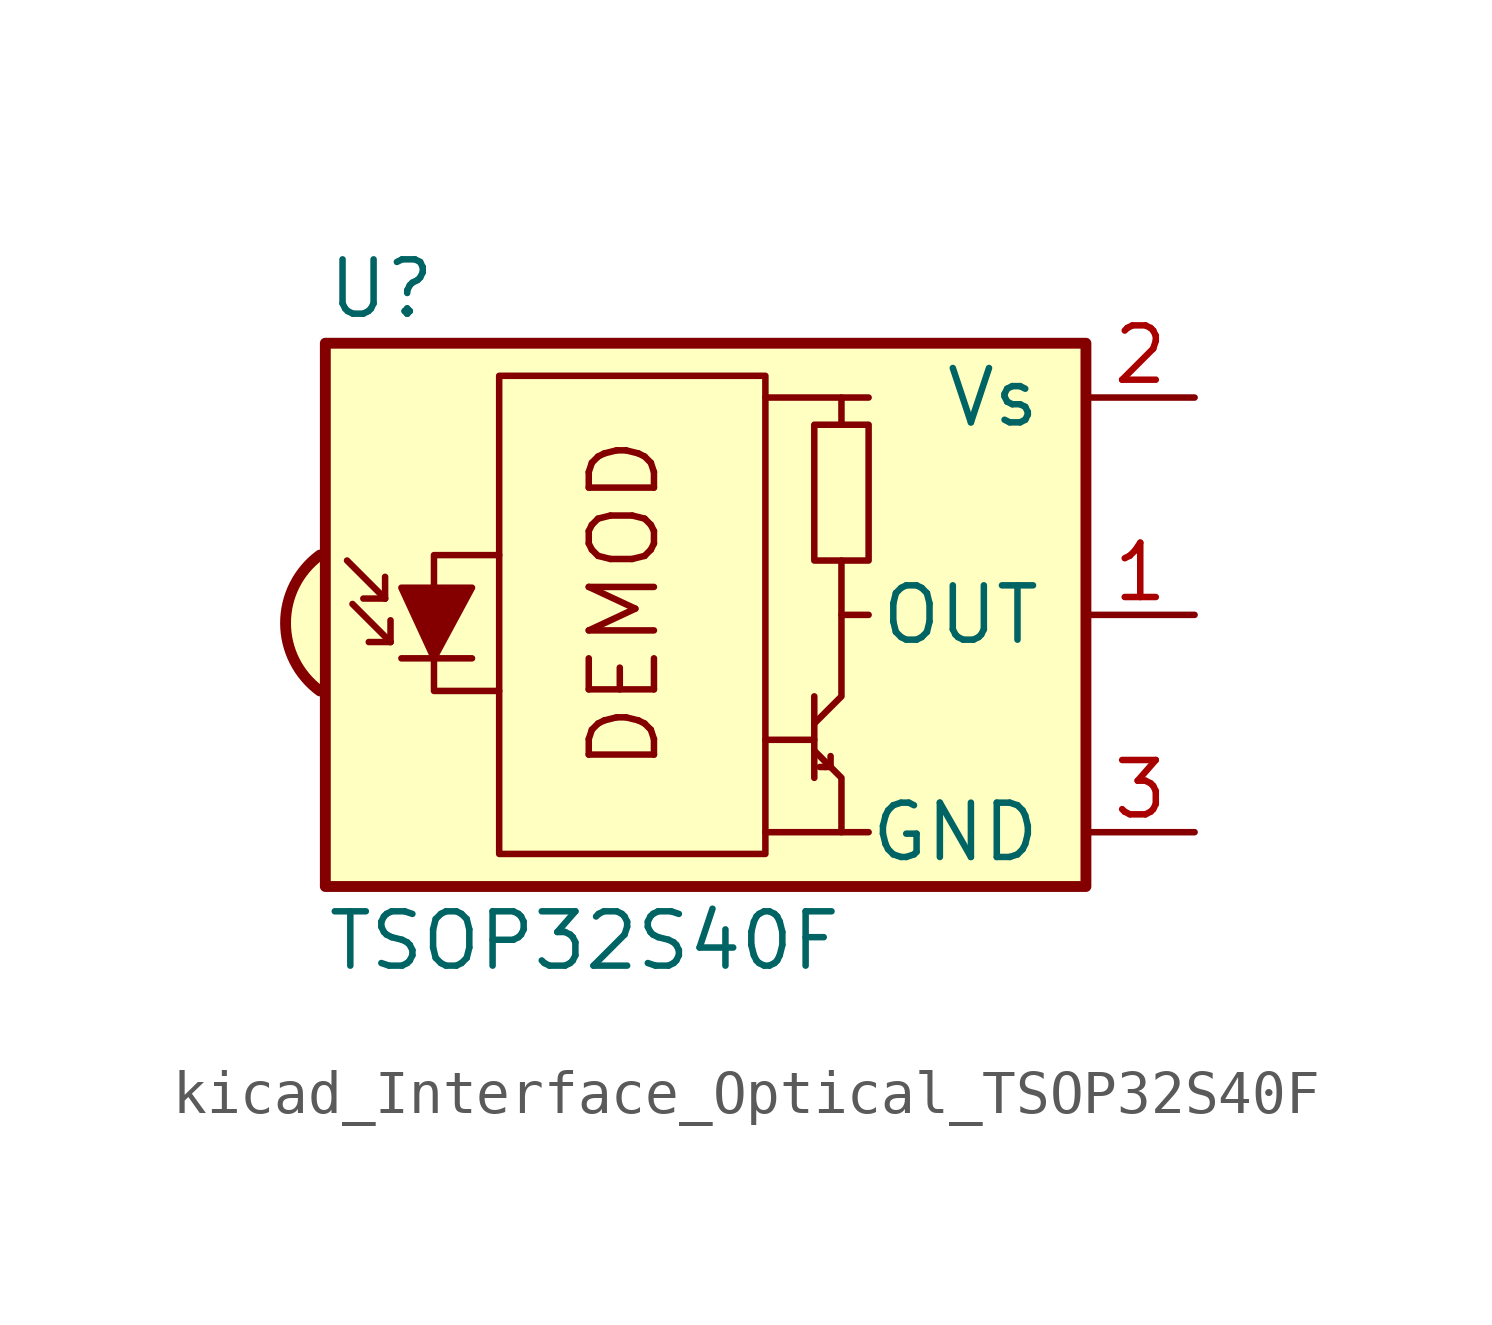
<source format=kicad_sym>
(kicad_symbol_lib
  (version 20220914)
  (generator kicad_symbol_editor)
  (symbol "kicad_Interface_Optical_TSOP32S40F"
    (pin_names
      (offset 1.016))
    (property "Reference" "U"
      (at -10.16 7.62 0)
      (effects (font (size 1.27 1.27)) (justify left)))
    (property "Value" "TSOP32S40F"
      (at -10.16 -7.62 0)
      (effects (font (size 1.27 1.27)) (justify left)))
    (symbol "kicad_Interface_Optical_TSOP32S40F_0_0"
      (arc (start -10.287 1.397) (mid -11.0899 -0.1852) (end -10.287 -1.778) (stroke (width 0.254) (type default)) (fill (type background)))
      (polyline (pts (xy 1.905 -5.08) (xy 0.127 -5.08)) (stroke (width 0) (type default)) (fill (type none)))
      (polyline (pts (xy 1.905 5.08) (xy 0.127 5.08)) (stroke (width 0) (type default)) (fill (type none)))
      (text "DEMOD" (at -3.175 0.254 900) (effects (font (size 1.524 1.524)))))
    (symbol "kicad_Interface_Optical_TSOP32S40F_0_1"
      (rectangle (start -6.096 5.588) (end 0.127 -5.588) (stroke (width 0) (type default)) (fill (type none)))
      (polyline (pts (xy -8.763 0.381) (xy -9.652 1.27)) (stroke (width 0) (type default)) (fill (type none)))
      (polyline (pts (xy -8.763 0.381) (xy -9.271 0.381)) (stroke (width 0) (type default)) (fill (type none)))
      (polyline (pts (xy -8.763 0.381) (xy -8.763 0.889)) (stroke (width 0) (type default)) (fill (type none)))
      (polyline (pts (xy -8.636 -0.635) (xy -9.525 0.254)) (stroke (width 0) (type default)) (fill (type none)))
      (polyline (pts (xy -8.636 -0.635) (xy -9.144 -0.635)) (stroke (width 0) (type default)) (fill (type none)))
      (polyline (pts (xy -8.636 -0.635) (xy -8.636 -0.127)) (stroke (width 0) (type default)) (fill (type none)))
      (polyline (pts (xy -8.382 -1.016) (xy -6.731 -1.016)) (stroke (width 0) (type default)) (fill (type none)))
      (polyline (pts (xy 1.27 -2.921) (xy 0.127 -2.921)) (stroke (width 0) (type default)) (fill (type none)))
      (polyline (pts (xy 1.27 -1.905) (xy 1.27 -3.81)) (stroke (width 0) (type default)) (fill (type none)))
      (polyline (pts (xy 1.397 -3.556) (xy 1.524 -3.556)) (stroke (width 0) (type default)) (fill (type none)))
      (polyline (pts (xy 1.651 -3.556) (xy 1.524 -3.556)) (stroke (width 0) (type default)) (fill (type none)))
      (polyline (pts (xy 1.651 -3.556) (xy 1.651 -3.302)) (stroke (width 0) (type default)) (fill (type none)))
      (polyline (pts (xy 1.905 0) (xy 1.905 1.27)) (stroke (width 0) (type default)) (fill (type none)))
      (polyline (pts (xy 1.905 4.445) (xy 1.905 5.08) (xy 2.54 5.08)) (stroke (width 0) (type default)) (fill (type none)))
      (polyline (pts (xy -8.382 0.635) (xy -6.731 0.635) (xy -7.62 -1.016) (xy -8.382 0.635)) (stroke (width 0) (type default)) (fill (type outline)))
      (polyline (pts (xy -6.096 1.397) (xy -7.62 1.397) (xy -7.62 -1.778) (xy -6.096 -1.778)) (stroke (width 0) (type default)) (fill (type none)))
      (polyline (pts (xy 1.27 -3.175) (xy 1.905 -3.81) (xy 1.905 -5.08) (xy 2.54 -5.08)) (stroke (width 0) (type default)) (fill (type none)))
      (polyline (pts (xy 1.27 -2.54) (xy 1.905 -1.905) (xy 1.905 0) (xy 2.54 0)) (stroke (width 0) (type default)) (fill (type none)))
      (rectangle (start 2.54 1.27) (end 1.27 4.445) (stroke (width 0) (type default)) (fill (type none)))
      (rectangle (start 7.62 6.35) (end -10.16 -6.35) (stroke (width 0.254) (type default)) (fill (type background))))
    (symbol "kicad_Interface_Optical_TSOP32S40F_1_1"
      (pin output line (at 10.16 0 180) (length 2.54) (name "OUT" (effects (font (size 1.27 1.27)))) (number "1" (effects (font (size 1.27 1.27)))))
      (pin power_in line (at 10.16 5.08 180) (length 2.54) (name "Vs" (effects (font (size 1.27 1.27)))) (number "2" (effects (font (size 1.27 1.27)))))
      (pin power_in line (at 10.16 -5.08 180) (length 2.54) (name "GND" (effects (font (size 1.27 1.27)))) (number "3" (effects (font (size 1.27 1.27))))))))
</source>
